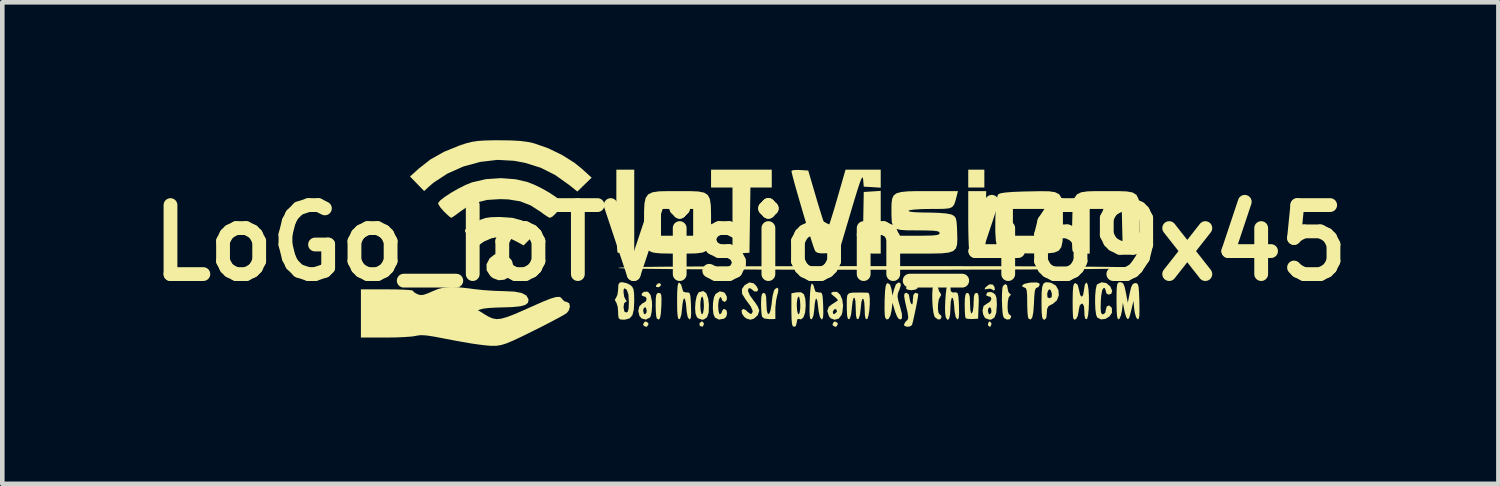
<source format=kicad_pcb>
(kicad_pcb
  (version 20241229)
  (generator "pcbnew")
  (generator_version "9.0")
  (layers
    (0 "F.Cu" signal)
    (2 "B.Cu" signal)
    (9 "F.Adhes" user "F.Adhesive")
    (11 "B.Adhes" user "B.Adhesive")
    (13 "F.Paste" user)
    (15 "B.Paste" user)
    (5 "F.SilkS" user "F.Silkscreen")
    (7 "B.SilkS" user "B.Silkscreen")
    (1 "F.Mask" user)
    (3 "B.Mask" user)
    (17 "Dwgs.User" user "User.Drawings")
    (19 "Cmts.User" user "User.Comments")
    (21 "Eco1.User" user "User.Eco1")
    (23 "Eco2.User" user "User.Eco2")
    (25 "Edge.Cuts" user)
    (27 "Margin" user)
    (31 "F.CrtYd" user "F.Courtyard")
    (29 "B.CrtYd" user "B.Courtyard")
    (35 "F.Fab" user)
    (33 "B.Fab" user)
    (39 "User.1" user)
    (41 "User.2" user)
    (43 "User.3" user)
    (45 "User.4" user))
  (footprint "LoGo_IoTVision_469x45"
    (layer "F.Cu")
    (at 13.264 2.231)
    (property "Reference" "LoGo_IoTVision_469x45" (at 0 0 0) (layer "F.SilkS") (effects (font (size 1.5 1.5) (thickness 0.3))))
    (attr board_only exclude_from_pos_files exclude_from_bom)
    (fp_poly (pts (xy -1.94 0.913) (xy -1.97 0.953) (xy -2.003 0.965) (xy -2.05 0.955) (xy -2.05 0.926) (xy -2.011 0.882) (xy -1.962 0.878)) (stroke (width 0) (type solid)) (fill yes) (layer "F.SilkS"))
    (fp_poly (pts (xy -2.221 1.74) (xy -2.214 1.767) (xy -2.245 1.819) (xy -2.272 1.825) (xy -2.324 1.794) (xy -2.33 1.767) (xy -2.299 1.716) (xy -2.272 1.709)) (stroke (width 0) (type solid)) (fill yes) (layer "F.SilkS"))
    (fp_poly (pts (xy -1.014 1.74) (xy -1.01 1.767) (xy -1.034 1.821) (xy -1.087 1.811) (xy -1.099 1.801) (xy -1.107 1.752) (xy -1.068 1.713) (xy -1.046 1.709)) (stroke (width 0) (type solid)) (fill yes) (layer "F.SilkS"))
    (fp_poly (pts (xy 1.896 1.74) (xy 1.903 1.767) (xy 1.872 1.819) (xy 1.845 1.825) (xy 1.793 1.794) (xy 1.787 1.767) (xy 1.818 1.716) (xy 1.845 1.709)) (stroke (width 0) (type solid)) (fill yes) (layer "F.SilkS"))
    (fp_poly (pts (xy 5.088 -1.398) (xy 5.088 -1.204) (xy 4.913 -1.204) (xy 4.738 -1.204) (xy 4.738 -1.398) (xy 4.738 -1.592) (xy 4.913 -1.592) (xy 5.088 -1.592)) (stroke (width 0) (type solid)) (fill yes) (layer "F.SilkS"))
    (fp_poly (pts (xy 5.239 1.74) (xy 5.243 1.767) (xy 5.222 1.819) (xy 5.204 1.825) (xy 5.17 1.794) (xy 5.165 1.767) (xy 5.186 1.715) (xy 5.204 1.709)) (stroke (width 0) (type solid)) (fill yes) (layer "F.SilkS"))
    (fp_poly (pts (xy 3.616 0.943) (xy 3.642 0.977) (xy 3.641 0.981) (xy 3.595 1.014) (xy 3.506 1.029) (xy 3.502 1.029) (xy 3.413 1.016) (xy 3.379 0.981) (xy 3.414 0.946) (xy 3.511 0.932) (xy 3.518 0.932)) (stroke (width 0) (type solid)) (fill yes) (layer "F.SilkS"))
    (fp_poly (pts (xy 5.27 0.906) (xy 5.307 0.953) (xy 5.316 1.015) (xy 5.296 1.04) (xy 5.266 1.016) (xy 5.215 0.995) (xy 5.156 1.001) (xy 5.096 1.011) (xy 5.101 0.985) (xy 5.122 0.958) (xy 5.198 0.901)) (stroke (width 0) (type solid)) (fill yes) (layer "F.SilkS"))
    (fp_poly (pts (xy 2.835 -0.449) (xy 2.835 0.233) (xy 2.659 0.233) (xy 2.537 0.222) (xy 2.47 0.192) (xy 2.464 0.183) (xy 2.458 0.129) (xy 2.454 0.011) (xy 2.453 -0.155) (xy 2.454 -0.356) (xy 2.455 -0.487) (xy 2.466 -1.107) (xy 2.651 -1.119) (xy 2.835 -1.131)) (stroke (width 0) (type solid)) (fill yes) (layer "F.SilkS"))
    (fp_poly (pts (xy 5.118 -0.456) (xy 5.107 0.214) (xy 4.95 0.225) (xy 4.845 0.226) (xy 4.775 0.214) (xy 4.766 0.209) (xy 4.757 0.163) (xy 4.749 0.052) (xy 4.743 -0.109) (xy 4.739 -0.308) (xy 4.738 -0.473) (xy 4.738 -1.126) (xy 4.933 -1.126) (xy 5.128 -1.126)) (stroke (width 0) (type solid)) (fill yes) (layer "F.SilkS"))
    (fp_poly (pts (xy -5.302 0.266) (xy -5.2 0.364) (xy -5.18 0.397) (xy -5.145 0.532) (xy -5.171 0.651) (xy -5.245 0.744) (xy -5.351 0.801) (xy -5.474 0.812) (xy -5.598 0.765) (xy -5.653 0.72) (xy -5.733 0.597) (xy -5.736 0.465) (xy -5.668 0.335) (xy -5.557 0.249) (xy -5.429 0.227)) (stroke (width 0) (type solid)) (fill yes) (layer "F.SilkS"))
    (fp_poly (pts (xy -2.524 -0.68) (xy -2.524 0.233) (xy -2.693 0.233) (xy -2.802 0.228) (xy -2.875 0.214) (xy -2.887 0.207) (xy -2.894 0.162) (xy -2.901 0.051) (xy -2.906 -0.115) (xy -2.91 -0.325) (xy -2.913 -0.567) (xy -2.913 -0.706) (xy -2.913 -1.592) (xy -2.719 -1.592) (xy -2.524 -1.592)) (stroke (width 0) (type solid)) (fill yes) (layer "F.SilkS"))
    (fp_poly (pts (xy 0.466 -1.398) (xy 0.466 -1.204) (xy 0.234 -1.204) (xy 0.002 -1.204) (xy -0.009 -0.495) (xy -0.019 0.214) (xy -0.204 0.225) (xy -0.388 0.237) (xy -0.388 -0.483) (xy -0.388 -1.204) (xy -0.621 -1.204) (xy -0.854 -1.204) (xy -0.854 -1.398) (xy -0.854 -1.592) (xy -0.194 -1.592) (xy 0.466 -1.592)) (stroke (width 0) (type solid)) (fill yes) (layer "F.SilkS"))
    (fp_poly (pts (xy -1.956 1.096) (xy -1.937 1.133) (xy -1.931 1.213) (xy -1.934 1.353) (xy -1.935 1.379) (xy -1.946 1.542) (xy -1.964 1.635) (xy -1.99 1.668) (xy -2.029 1.647) (xy -2.033 1.644) (xy -2.046 1.595) (xy -2.055 1.49) (xy -2.058 1.354) (xy -2.058 1.353) (xy -2.056 1.211) (xy -2.045 1.13) (xy -2.021 1.094) (xy -1.99 1.087)) (stroke (width 0) (type solid)) (fill yes) (layer "F.SilkS"))
    (fp_poly (pts (xy 4.069 0.919) (xy 4.078 0.963) (xy 4.103 1.049) (xy 4.125 1.08) (xy 4.151 1.133) (xy 4.125 1.173) (xy 4.097 1.233) (xy 4.082 1.329) (xy 4.079 1.433) (xy 4.09 1.517) (xy 4.115 1.553) (xy 4.117 1.554) (xy 4.151 1.585) (xy 4.156 1.612) (xy 4.131 1.662) (xy 4.076 1.663) (xy 4.017 1.619) (xy 4.002 1.596) (xy 3.981 1.518) (xy 3.965 1.394) (xy 3.956 1.247) (xy 3.955 1.105) (xy 3.963 0.992) (xy 3.976 0.939) (xy 4.029 0.895)) (stroke (width 0) (type solid)) (fill yes) (layer "F.SilkS"))
    (fp_poly (pts (xy 5.581 0.92) (xy 5.593 0.987) (xy 5.611 1.068) (xy 5.641 1.104) (xy 5.67 1.129) (xy 5.641 1.149) (xy 5.614 1.195) (xy 5.598 1.285) (xy 5.593 1.391) (xy 5.599 1.488) (xy 5.619 1.546) (xy 5.631 1.554) (xy 5.666 1.585) (xy 5.67 1.612) (xy 5.643 1.659) (xy 5.582 1.667) (xy 5.522 1.638) (xy 5.499 1.602) (xy 5.484 1.518) (xy 5.475 1.391) (xy 5.47 1.245) (xy 5.472 1.105) (xy 5.479 0.994) (xy 5.491 0.939) (xy 5.542 0.895)) (stroke (width 0) (type solid)) (fill yes) (layer "F.SilkS"))
    (fp_poly (pts (xy 6.279 0.877) (xy 6.292 0.911) (xy 6.262 0.963) (xy 6.235 0.971) (xy 6.206 0.988) (xy 6.186 1.046) (xy 6.174 1.159) (xy 6.167 1.308) (xy 6.154 1.501) (xy 6.131 1.619) (xy 6.096 1.667) (xy 6.047 1.646) (xy 6.047 1.645) (xy 6.034 1.596) (xy 6.025 1.49) (xy 6.02 1.346) (xy 6.02 1.295) (xy 6.018 1.133) (xy 6.009 1.035) (xy 5.991 0.985) (xy 5.961 0.971) (xy 5.958 0.971) (xy 5.913 0.947) (xy 5.913 0.922) (xy 5.958 0.891) (xy 6.056 0.868) (xy 6.11 0.862) (xy 6.224 0.86)) (stroke (width 0) (type solid)) (fill yes) (layer "F.SilkS"))
    (fp_poly (pts (xy -5.174 -0.545) (xy -4.966 -0.489) (xy -4.801 -0.389) (xy -4.721 -0.313) (xy -4.679 -0.262) (xy -4.673 -0.221) (xy -4.71 -0.168) (xy -4.788 -0.088) (xy -4.93 0.055) (xy -5.077 -0.026) (xy -5.194 -0.083) (xy -5.301 -0.124) (xy -5.321 -0.129) (xy -5.463 -0.134) (xy -5.629 -0.099) (xy -5.782 -0.034) (xy -5.827 -0.005) (xy -5.932 0.072) (xy -6.078 -0.078) (xy -6.156 -0.17) (xy -6.201 -0.248) (xy -6.204 -0.28) (xy -6.162 -0.326) (xy -6.071 -0.391) (xy -5.976 -0.448) (xy -5.861 -0.506) (xy -5.761 -0.541) (xy -5.646 -0.558) (xy -5.489 -0.563) (xy -5.437 -0.563)) (stroke (width 0) (type solid)) (fill yes) (layer "F.SilkS"))
    (fp_poly (pts (xy -0.959 1.092) (xy -0.916 1.209) (xy -0.901 1.337) (xy -0.905 1.511) (xy -0.941 1.618) (xy -1.012 1.666) (xy -1.049 1.67) (xy -1.131 1.642) (xy -1.162 1.615) (xy -1.192 1.536) (xy -1.201 1.415) (xy -1.197 1.359) (xy -1.087 1.359) (xy -1.08 1.47) (xy -1.063 1.54) (xy -1.049 1.554) (xy -1.026 1.519) (xy -1.012 1.429) (xy -1.01 1.359) (xy -1.017 1.249) (xy -1.035 1.178) (xy -1.049 1.165) (xy -1.071 1.2) (xy -1.085 1.289) (xy -1.087 1.359) (xy -1.197 1.359) (xy -1.192 1.28) (xy -1.167 1.16) (xy -1.128 1.082) (xy -1.117 1.072) (xy -1.026 1.046)) (stroke (width 0) (type solid)) (fill yes) (layer "F.SilkS"))
    (fp_poly (pts (xy 0.61 1.005) (xy 0.6 1.089) (xy 0.587 1.13) (xy 0.561 1.245) (xy 0.546 1.391) (xy 0.544 1.455) (xy 0.544 1.655) (xy 0.41 1.658) (xy 0.302 1.644) (xy 0.255 1.605) (xy 0.243 1.536) (xy 0.235 1.419) (xy 0.233 1.317) (xy 0.238 1.183) (xy 0.254 1.111) (xy 0.285 1.088) (xy 0.291 1.087) (xy 0.325 1.105) (xy 0.343 1.168) (xy 0.349 1.291) (xy 0.35 1.324) (xy 0.358 1.469) (xy 0.38 1.542) (xy 0.409 1.543) (xy 0.438 1.473) (xy 0.462 1.336) (xy 0.466 1.29) (xy 0.484 1.156) (xy 0.51 1.05) (xy 0.533 1.005) (xy 0.587 0.973)) (stroke (width 0) (type solid)) (fill yes) (layer "F.SilkS"))
    (fp_poly (pts (xy 4.946 1.1) (xy 4.962 1.149) (xy 4.967 1.247) (xy 4.963 1.368) (xy 4.952 1.648) (xy 4.827 1.655) (xy 4.735 1.653) (xy 4.683 1.64) (xy 4.682 1.64) (xy 4.671 1.593) (xy 4.664 1.49) (xy 4.661 1.354) (xy 4.661 1.353) (xy 4.664 1.207) (xy 4.677 1.125) (xy 4.702 1.091) (xy 4.719 1.087) (xy 4.752 1.105) (xy 4.771 1.168) (xy 4.777 1.291) (xy 4.777 1.323) (xy 4.783 1.457) (xy 4.799 1.527) (xy 4.816 1.534) (xy 4.838 1.485) (xy 4.852 1.384) (xy 4.855 1.299) (xy 4.86 1.172) (xy 4.878 1.106) (xy 4.913 1.087) (xy 4.915 1.087)) (stroke (width 0) (type solid)) (fill yes) (layer "F.SilkS"))
    (fp_poly (pts (xy -2.169 1.131) (xy -2.14 1.269) (xy -2.136 1.356) (xy -2.144 1.486) (xy -2.164 1.586) (xy -2.183 1.623) (xy -2.272 1.668) (xy -2.362 1.644) (xy -2.41 1.589) (xy -2.437 1.481) (xy -2.436 1.476) (xy -2.33 1.476) (xy -2.314 1.539) (xy -2.291 1.554) (xy -2.26 1.521) (xy -2.253 1.476) (xy -2.269 1.413) (xy -2.291 1.398) (xy -2.323 1.431) (xy -2.33 1.476) (xy -2.436 1.476) (xy -2.413 1.38) (xy -2.348 1.315) (xy -2.331 1.309) (xy -2.272 1.271) (xy -2.254 1.215) (xy -2.28 1.172) (xy -2.311 1.165) (xy -2.362 1.143) (xy -2.358 1.098) (xy -2.31 1.062) (xy -2.226 1.062)) (stroke (width 0) (type solid)) (fill yes) (layer "F.SilkS"))
    (fp_poly (pts (xy 1.886 1.065) (xy 1.953 1.127) (xy 1.999 1.233) (xy 2.017 1.365) (xy 2.001 1.508) (xy 1.982 1.57) (xy 1.92 1.648) (xy 1.831 1.671) (xy 1.746 1.639) (xy 1.71 1.595) (xy 1.679 1.498) (xy 1.793 1.498) (xy 1.802 1.545) (xy 1.831 1.545) (xy 1.879 1.502) (xy 1.884 1.482) (xy 1.863 1.439) (xy 1.821 1.447) (xy 1.793 1.498) (xy 1.679 1.498) (xy 1.673 1.48) (xy 1.705 1.392) (xy 1.777 1.333) (xy 1.856 1.283) (xy 1.902 1.253) (xy 1.902 1.252) (xy 1.889 1.222) (xy 1.83 1.168) (xy 1.825 1.165) (xy 1.763 1.113) (xy 1.759 1.085) (xy 1.803 1.064)) (stroke (width 0) (type solid)) (fill yes) (layer "F.SilkS"))
    (fp_poly (pts (xy -0.576 1.074) (xy -0.551 1.095) (xy -0.511 1.167) (xy -0.511 1.238) (xy -0.549 1.28) (xy -0.563 1.282) (xy -0.614 1.25) (xy -0.621 1.221) (xy -0.64 1.181) (xy -0.66 1.185) (xy -0.684 1.235) (xy -0.698 1.333) (xy -0.699 1.381) (xy -0.691 1.484) (xy -0.672 1.546) (xy -0.66 1.554) (xy -0.626 1.522) (xy -0.621 1.495) (xy -0.59 1.444) (xy -0.563 1.437) (xy -0.518 1.467) (xy -0.505 1.534) (xy -0.524 1.606) (xy -0.566 1.646) (xy -0.681 1.668) (xy -0.766 1.626) (xy -0.769 1.623) (xy -0.802 1.548) (xy -0.815 1.429) (xy -0.811 1.295) (xy -0.789 1.177) (xy -0.755 1.11) (xy -0.663 1.053)) (stroke (width 0) (type solid)) (fill yes) (layer "F.SilkS"))
    (fp_poly (pts (xy 1.165 1.116) (xy 1.196 1.217) (xy 1.204 1.359) (xy 1.191 1.516) (xy 1.154 1.621) (xy 1.099 1.664) (xy 1.05 1.652) (xy 1.02 1.664) (xy 1.01 1.726) (xy 0.99 1.806) (xy 0.952 1.825) (xy 0.924 1.812) (xy 0.906 1.763) (xy 0.897 1.666) (xy 0.893 1.508) (xy 0.893 1.461) (xy 0.893 1.359) (xy 1.01 1.359) (xy 1.017 1.47) (xy 1.035 1.54) (xy 1.049 1.554) (xy 1.071 1.519) (xy 1.085 1.429) (xy 1.087 1.359) (xy 1.08 1.249) (xy 1.063 1.178) (xy 1.049 1.165) (xy 1.026 1.2) (xy 1.012 1.289) (xy 1.01 1.359) (xy 0.893 1.359) (xy 0.893 1.097) (xy 1 1.076) (xy 1.102 1.073)) (stroke (width 0) (type solid)) (fill yes) (layer "F.SilkS"))
    (fp_poly (pts (xy 1.374 0.923) (xy 1.391 0.988) (xy 1.418 1.062) (xy 1.483 1.077) (xy 1.488 1.077) (xy 1.531 1.078) (xy 1.557 1.101) (xy 1.572 1.163) (xy 1.58 1.278) (xy 1.584 1.373) (xy 1.587 1.531) (xy 1.581 1.622) (xy 1.563 1.66) (xy 1.546 1.661) (xy 1.513 1.613) (xy 1.487 1.5) (xy 1.474 1.395) (xy 1.458 1.265) (xy 1.438 1.21) (xy 1.419 1.229) (xy 1.401 1.32) (xy 1.39 1.453) (xy 1.373 1.576) (xy 1.343 1.65) (xy 1.329 1.661) (xy 1.306 1.652) (xy 1.292 1.6) (xy 1.287 1.493) (xy 1.289 1.322) (xy 1.29 1.276) (xy 1.299 1.092) (xy 1.312 0.961) (xy 1.33 0.891) (xy 1.34 0.882)) (stroke (width 0) (type solid)) (fill yes) (layer "F.SilkS"))
    (fp_poly (pts (xy 3.644 1.103) (xy 3.651 1.117) (xy 3.643 1.179) (xy 3.624 1.29) (xy 3.597 1.428) (xy 3.567 1.569) (xy 3.54 1.691) (xy 3.519 1.772) (xy 3.512 1.79) (xy 3.462 1.82) (xy 3.394 1.822) (xy 3.345 1.797) (xy 3.34 1.781) (xy 3.368 1.722) (xy 3.396 1.694) (xy 3.426 1.66) (xy 3.433 1.607) (xy 3.419 1.514) (xy 3.397 1.418) (xy 3.361 1.259) (xy 3.345 1.16) (xy 3.35 1.109) (xy 3.375 1.089) (xy 3.398 1.087) (xy 3.446 1.121) (xy 3.457 1.175) (xy 3.474 1.272) (xy 3.495 1.32) (xy 3.52 1.34) (xy 3.532 1.294) (xy 3.534 1.233) (xy 3.545 1.129) (xy 3.581 1.089) (xy 3.593 1.087)) (stroke (width 0) (type solid)) (fill yes) (layer "F.SilkS"))
    (fp_poly (pts (xy 5.281 1.087) (xy 5.327 1.126) (xy 5.351 1.192) (xy 5.359 1.309) (xy 5.36 1.353) (xy 5.347 1.521) (xy 5.308 1.623) (xy 5.237 1.667) (xy 5.204 1.67) (xy 5.123 1.644) (xy 5.096 1.623) (xy 5.061 1.552) (xy 5.05 1.476) (xy 5.165 1.476) (xy 5.182 1.539) (xy 5.204 1.554) (xy 5.236 1.521) (xy 5.243 1.476) (xy 5.227 1.413) (xy 5.204 1.398) (xy 5.173 1.431) (xy 5.165 1.476) (xy 5.05 1.476) (xy 5.049 1.467) (xy 5.071 1.372) (xy 5.146 1.32) (xy 5.215 1.274) (xy 5.242 1.217) (xy 5.223 1.174) (xy 5.185 1.165) (xy 5.133 1.145) (xy 5.127 1.129) (xy 5.156 1.075) (xy 5.228 1.067)) (stroke (width 0) (type solid)) (fill yes) (layer "F.SilkS"))
    (fp_poly (pts (xy 6.499 0.86) (xy 6.543 0.87) (xy 6.644 0.929) (xy 6.699 1.027) (xy 6.707 1.142) (xy 6.666 1.249) (xy 6.577 1.326) (xy 6.559 1.334) (xy 6.484 1.374) (xy 6.452 1.437) (xy 6.447 1.523) (xy 6.436 1.628) (xy 6.401 1.669) (xy 6.389 1.67) (xy 6.362 1.657) (xy 6.344 1.61) (xy 6.335 1.516) (xy 6.331 1.363) (xy 6.331 1.28) (xy 6.333 1.106) (xy 6.454 1.106) (xy 6.461 1.183) (xy 6.505 1.204) (xy 6.552 1.179) (xy 6.556 1.106) (xy 6.534 1.032) (xy 6.505 1.007) (xy 6.472 1.041) (xy 6.454 1.106) (xy 6.333 1.106) (xy 6.333 1.085) (xy 6.346 0.957) (xy 6.374 0.884) (xy 6.423 0.855)) (stroke (width 0) (type solid)) (fill yes) (layer "F.SilkS"))
    (fp_poly (pts (xy 8.001 -1.126) (xy 8.184 -1.119) (xy 8.312 -1.096) (xy 8.394 -1.045) (xy 8.44 -0.956) (xy 8.46 -0.82) (xy 8.463 -0.627) (xy 8.458 -0.378) (xy 8.447 0.214) (xy 8.272 0.214) (xy 8.098 0.214) (xy 8.087 -0.262) (xy 8.076 -0.738) (xy 7.728 -0.738) (xy 7.379 -0.738) (xy 7.379 -0.252) (xy 7.379 0.233) (xy 7.203 0.233) (xy 7.07 0.22) (xy 7.008 0.182) (xy 7.006 0.178) (xy 6.999 0.121) (xy 6.995 0.001) (xy 6.994 -0.164) (xy 6.996 -0.36) (xy 6.998 -0.428) (xy 7.004 -0.67) (xy 7.016 -0.849) (xy 7.044 -0.973) (xy 7.1 -1.054) (xy 7.193 -1.1) (xy 7.334 -1.121) (xy 7.534 -1.126) (xy 7.752 -1.126)) (stroke (width 0) (type solid)) (fill yes) (layer "F.SilkS"))
    (fp_poly (pts (xy -5.207 -2.228) (xy -4.996 -2.216) (xy -4.825 -2.193) (xy -4.7 -2.164) (xy -4.396 -2.058) (xy -4.095 -1.912) (xy -3.825 -1.743) (xy -3.664 -1.613) (xy -3.45 -1.418) (xy -3.606 -1.267) (xy -3.761 -1.116) (xy -3.929 -1.252) (xy -4.242 -1.475) (xy -4.557 -1.634) (xy -4.901 -1.741) (xy -5.137 -1.785) (xy -5.498 -1.805) (xy -5.872 -1.761) (xy -6.241 -1.66) (xy -6.586 -1.507) (xy -6.89 -1.308) (xy -6.993 -1.219) (xy -7.092 -1.127) (xy -7.245 -1.285) (xy -7.399 -1.443) (xy -7.212 -1.613) (xy -6.953 -1.816) (xy -6.653 -1.984) (xy -6.311 -2.122) (xy -6.173 -2.167) (xy -6.053 -2.197) (xy -5.928 -2.216) (xy -5.778 -2.226) (xy -5.581 -2.231) (xy -5.476 -2.231)) (stroke (width 0) (type solid)) (fill yes) (layer "F.SilkS"))
    (fp_poly (pts (xy 4.338 0.884) (xy 4.35 0.967) (xy 4.359 1.051) (xy 4.397 1.078) (xy 4.437 1.077) (xy 4.481 1.077) (xy 4.508 1.099) (xy 4.523 1.159) (xy 4.532 1.271) (xy 4.536 1.373) (xy 4.539 1.531) (xy 4.533 1.622) (xy 4.515 1.66) (xy 4.497 1.661) (xy 4.464 1.611) (xy 4.442 1.492) (xy 4.435 1.404) (xy 4.421 1.262) (xy 4.4 1.195) (xy 4.377 1.2) (xy 4.359 1.275) (xy 4.35 1.416) (xy 4.35 1.439) (xy 4.342 1.572) (xy 4.32 1.654) (xy 4.289 1.675) (xy 4.254 1.628) (xy 4.25 1.618) (xy 4.237 1.542) (xy 4.233 1.421) (xy 4.238 1.275) (xy 4.248 1.125) (xy 4.264 0.993) (xy 4.283 0.899) (xy 4.301 0.864)) (stroke (width 0) (type solid)) (fill yes) (layer "F.SilkS"))
    (fp_poly (pts (xy -1.544 0.864) (xy -1.503 0.91) (xy -1.483 0.983) (xy -1.459 1.059) (xy -1.399 1.078) (xy -1.386 1.077) (xy -1.343 1.078) (xy -1.317 1.101) (xy -1.302 1.163) (xy -1.294 1.278) (xy -1.29 1.373) (xy -1.287 1.531) (xy -1.293 1.622) (xy -1.311 1.66) (xy -1.328 1.661) (xy -1.362 1.612) (xy -1.384 1.498) (xy -1.39 1.424) (xy -1.402 1.305) (xy -1.421 1.225) (xy -1.437 1.204) (xy -1.458 1.239) (xy -1.475 1.33) (xy -1.484 1.424) (xy -1.499 1.56) (xy -1.526 1.643) (xy -1.544 1.66) (xy -1.566 1.648) (xy -1.581 1.588) (xy -1.59 1.471) (xy -1.592 1.286) (xy -1.592 1.262) (xy -1.59 1.07) (xy -1.582 0.946) (xy -1.568 0.88) (xy -1.547 0.863)) (stroke (width 0) (type solid)) (fill yes) (layer "F.SilkS"))
    (fp_poly (pts (xy 3.261 0.873) (xy 3.272 0.922) (xy 3.242 1.016) (xy 3.239 1.021) (xy 3.209 1.096) (xy 3.201 1.166) (xy 3.217 1.256) (xy 3.256 1.389) (xy 3.296 1.545) (xy 3.298 1.639) (xy 3.264 1.667) (xy 3.225 1.651) (xy 3.191 1.602) (xy 3.152 1.507) (xy 3.139 1.464) (xy 3.091 1.301) (xy 3.07 1.473) (xy 3.044 1.586) (xy 3.004 1.654) (xy 2.962 1.665) (xy 2.931 1.622) (xy 2.922 1.56) (xy 2.918 1.442) (xy 2.919 1.288) (xy 2.921 1.22) (xy 2.929 1.049) (xy 2.942 0.943) (xy 2.961 0.889) (xy 2.99 0.874) (xy 2.991 0.874) (xy 3.039 0.91) (xy 3.07 1.01) (xy 3.091 1.146) (xy 3.122 1.02) (xy 3.165 0.902) (xy 3.221 0.861)) (stroke (width 0) (type solid)) (fill yes) (layer "F.SilkS"))
    (fp_poly (pts (xy 7.739 0.873) (xy 7.825 0.945) (xy 7.828 0.95) (xy 7.868 1.045) (xy 7.847 1.108) (xy 7.785 1.126) (xy 7.74 1.094) (xy 7.729 1.045) (xy 7.71 0.986) (xy 7.68 0.981) (xy 7.65 1.03) (xy 7.629 1.15) (xy 7.62 1.275) (xy 7.617 1.423) (xy 7.624 1.508) (xy 7.644 1.547) (xy 7.669 1.554) (xy 7.717 1.52) (xy 7.729 1.456) (xy 7.751 1.381) (xy 7.801 1.36) (xy 7.852 1.403) (xy 7.861 1.423) (xy 7.863 1.517) (xy 7.81 1.598) (xy 7.723 1.652) (xy 7.626 1.664) (xy 7.542 1.623) (xy 7.518 1.56) (xy 7.502 1.443) (xy 7.496 1.297) (xy 7.498 1.145) (xy 7.51 1.012) (xy 7.53 0.921) (xy 7.542 0.901) (xy 7.635 0.857)) (stroke (width 0) (type solid)) (fill yes) (layer "F.SilkS"))
    (fp_poly (pts (xy 0.073 0.879) (xy 0.133 0.94) (xy 0.17 1.01) (xy 0.152 1.051) (xy 0.145 1.056) (xy 0.085 1.055) (xy 0.051 1.025) (xy -0.004 0.985) (xy -0.036 0.989) (xy -0.053 1.042) (xy -0.011 1.139) (xy 0.088 1.277) (xy 0.103 1.294) (xy 0.164 1.387) (xy 0.194 1.468) (xy 0.194 1.476) (xy 0.161 1.573) (xy 0.079 1.647) (xy 0 1.67) (xy -0.085 1.644) (xy -0.133 1.609) (xy -0.182 1.536) (xy -0.191 1.47) (xy -0.156 1.437) (xy -0.15 1.437) (xy -0.093 1.465) (xy -0.059 1.501) (xy -0.002 1.542) (xy 0.033 1.538) (xy 0.053 1.483) (xy 0.011 1.384) (xy -0.095 1.24) (xy -0.103 1.23) (xy -0.179 1.107) (xy -0.183 1.004) (xy -0.123 0.919) (xy -0.02 0.86)) (stroke (width 0) (type solid)) (fill yes) (layer "F.SilkS"))
    (fp_poly (pts (xy 7.314 0.865) (xy 7.336 0.909) (xy 7.352 1.01) (xy 7.361 1.147) (xy 7.362 1.3) (xy 7.356 1.447) (xy 7.344 1.57) (xy 7.324 1.646) (xy 7.311 1.66) (xy 7.279 1.644) (xy 7.264 1.561) (xy 7.263 1.498) (xy 7.255 1.38) (xy 7.229 1.327) (xy 7.207 1.32) (xy 7.164 1.355) (xy 7.14 1.462) (xy 7.139 1.483) (xy 7.119 1.588) (xy 7.084 1.655) (xy 7.045 1.67) (xy 7.022 1.643) (xy 7.015 1.593) (xy 7.01 1.484) (xy 7.008 1.335) (xy 7.008 1.243) (xy 7.011 1.067) (xy 7.02 0.955) (xy 7.035 0.896) (xy 7.061 0.875) (xy 7.069 0.874) (xy 7.117 0.911) (xy 7.146 1.02) (xy 7.146 1.021) (xy 7.172 1.134) (xy 7.205 1.171) (xy 7.236 1.133) (xy 7.255 1.019) (xy 7.255 1.017) (xy 7.273 0.905) (xy 7.305 0.864)) (stroke (width 0) (type solid)) (fill yes) (layer "F.SilkS"))
    (fp_poly (pts (xy -5.099 -1.383) (xy -4.844 -1.323) (xy -4.692 -1.263) (xy -4.528 -1.182) (xy -4.367 -1.09) (xy -4.229 -0.999) (xy -4.13 -0.918) (xy -4.089 -0.866) (xy -4.103 -0.812) (xy -4.155 -0.73) (xy -4.228 -0.643) (xy -4.301 -0.573) (xy -4.356 -0.544) (xy -4.357 -0.544) (xy -4.403 -0.566) (xy -4.488 -0.622) (xy -4.561 -0.676) (xy -4.778 -0.816) (xy -5.002 -0.903) (xy -5.258 -0.945) (xy -5.437 -0.952) (xy -5.723 -0.934) (xy -5.963 -0.875) (xy -6.182 -0.767) (xy -6.314 -0.676) (xy -6.411 -0.603) (xy -6.482 -0.556) (xy -6.504 -0.544) (xy -6.54 -0.569) (xy -6.61 -0.633) (xy -6.662 -0.683) (xy -6.739 -0.771) (xy -6.783 -0.842) (xy -6.787 -0.868) (xy -6.742 -0.923) (xy -6.643 -1.001) (xy -6.508 -1.089) (xy -6.354 -1.178) (xy -6.199 -1.256) (xy -6.06 -1.313) (xy -6.049 -1.317) (xy -5.749 -1.386) (xy -5.422 -1.408)) (stroke (width 0) (type solid)) (fill yes) (layer "F.SilkS"))
    (fp_poly (pts (xy 2.408 1.08) (xy 2.505 1.082) (xy 2.565 1.084) (xy 2.586 1.121) (xy 2.597 1.211) (xy 2.597 1.332) (xy 2.588 1.46) (xy 2.571 1.572) (xy 2.549 1.645) (xy 2.534 1.66) (xy 2.506 1.646) (xy 2.49 1.572) (xy 2.486 1.44) (xy 2.478 1.294) (xy 2.459 1.219) (xy 2.436 1.218) (xy 2.414 1.291) (xy 2.4 1.424) (xy 2.385 1.56) (xy 2.358 1.643) (xy 2.34 1.66) (xy 2.313 1.647) (xy 2.297 1.576) (xy 2.292 1.439) (xy 2.291 1.413) (xy 2.285 1.267) (xy 2.267 1.195) (xy 2.245 1.197) (xy 2.224 1.271) (xy 2.207 1.416) (xy 2.206 1.434) (xy 2.19 1.563) (xy 2.163 1.644) (xy 2.146 1.661) (xy 2.12 1.647) (xy 2.104 1.58) (xy 2.098 1.448) (xy 2.097 1.382) (xy 2.097 1.232) (xy 2.107 1.142) (xy 2.143 1.097) (xy 2.22 1.081) (xy 2.354 1.08)) (stroke (width 0) (type solid)) (fill yes) (layer "F.SilkS"))
    (fp_poly (pts (xy 6.491 -1.122) (xy 6.627 -1.102) (xy 6.715 -1.057) (xy 6.766 -0.976) (xy 6.79 -0.852) (xy 6.796 -0.675) (xy 6.797 -0.447) (xy 6.796 -0.206) (xy 6.788 -0.03) (xy 6.762 0.091) (xy 6.707 0.168) (xy 6.612 0.21) (xy 6.468 0.227) (xy 6.264 0.23) (xy 6.088 0.229) (xy 5.884 0.226) (xy 5.704 0.221) (xy 5.565 0.215) (xy 5.482 0.209) (xy 5.47 0.207) (xy 5.408 0.169) (xy 5.365 0.086) (xy 5.338 -0.049) (xy 5.326 -0.245) (xy 5.327 -0.509) (xy 5.327 -0.519) (xy 5.336 -0.738) (xy 5.709 -0.738) (xy 5.709 -0.447) (xy 5.709 -0.155) (xy 6.059 -0.155) (xy 6.408 -0.155) (xy 6.408 -0.447) (xy 6.408 -0.738) (xy 6.059 -0.738) (xy 5.709 -0.738) (xy 5.336 -0.738) (xy 5.338 -0.763) (xy 5.354 -0.932) (xy 5.376 -1.031) (xy 5.391 -1.057) (xy 5.442 -1.079) (xy 5.55 -1.096) (xy 5.722 -1.109) (xy 5.962 -1.118) (xy 6.038 -1.119) (xy 6.299 -1.124)) (stroke (width 0) (type solid)) (fill yes) (layer "F.SilkS"))
    (fp_poly (pts (xy -1.317 -1.126) (xy -1.133 -1.118) (xy -1.005 -1.093) (xy -0.924 -1.041) (xy -0.879 -0.952) (xy -0.859 -0.816) (xy -0.854 -0.623) (xy -0.854 -0.447) (xy -0.855 -0.207) (xy -0.863 -0.032) (xy -0.889 0.089) (xy -0.944 0.167) (xy -1.037 0.21) (xy -1.18 0.229) (xy -1.383 0.233) (xy -1.569 0.233) (xy -1.793 0.232) (xy -1.953 0.228) (xy -2.064 0.218) (xy -2.138 0.203) (xy -2.19 0.179) (xy -2.219 0.159) (xy -2.256 0.125) (xy -2.281 0.086) (xy -2.297 0.026) (xy -2.306 -0.067) (xy -2.31 -0.208) (xy -2.311 -0.411) (xy -2.311 -0.447) (xy -2.31 -0.682) (xy -2.308 -0.738) (xy -1.942 -0.738) (xy -1.942 -0.447) (xy -1.942 -0.155) (xy -1.592 -0.155) (xy -1.243 -0.155) (xy -1.243 -0.447) (xy -1.243 -0.738) (xy -1.592 -0.738) (xy -1.942 -0.738) (xy -2.308 -0.738) (xy -2.302 -0.856) (xy -2.276 -0.977) (xy -2.221 -1.055) (xy -2.128 -1.1) (xy -1.986 -1.121) (xy -1.785 -1.126) (xy -1.569 -1.126)) (stroke (width 0) (type solid)) (fill yes) (layer "F.SilkS"))
    (fp_poly (pts (xy 2.835 -1.396) (xy 2.835 -1.2) (xy 2.651 -1.212) (xy 2.466 -1.223) (xy 2.453 -1.379) (xy 2.446 -1.418) (xy 2.432 -1.422) (xy 2.41 -1.382) (xy 2.376 -1.294) (xy 2.329 -1.15) (xy 2.266 -0.945) (xy 2.184 -0.671) (xy 2.181 -0.66) (xy 1.922 0.214) (xy 1.682 0.225) (xy 1.543 0.228) (xy 1.462 0.216) (xy 1.417 0.186) (xy 1.405 0.167) (xy 1.381 0.106) (xy 1.341 -0.015) (xy 1.288 -0.182) (xy 1.227 -0.382) (xy 1.161 -0.601) (xy 1.095 -0.826) (xy 1.032 -1.044) (xy 0.976 -1.24) (xy 0.932 -1.402) (xy 0.903 -1.515) (xy 0.894 -1.565) (xy 0.928 -1.581) (xy 1.016 -1.587) (xy 1.076 -1.585) (xy 1.259 -1.573) (xy 1.45 -0.922) (xy 1.514 -0.711) (xy 1.571 -0.529) (xy 1.619 -0.387) (xy 1.652 -0.298) (xy 1.666 -0.272) (xy 1.684 -0.307) (xy 1.719 -0.406) (xy 1.767 -0.555) (xy 1.825 -0.743) (xy 1.88 -0.932) (xy 2.07 -1.592) (xy 2.453 -1.592) (xy 2.835 -1.592)) (stroke (width 0) (type solid)) (fill yes) (layer "F.SilkS"))
    (fp_poly (pts (xy -2.685 0.877) (xy -2.611 0.915) (xy -2.566 0.956) (xy -2.539 1.013) (xy -2.527 1.106) (xy -2.524 1.256) (xy -2.524 1.262) (xy -2.533 1.449) (xy -2.564 1.572) (xy -2.624 1.641) (xy -2.719 1.668) (xy -2.76 1.67) (xy -2.831 1.664) (xy -2.864 1.633) (xy -2.874 1.554) (xy -2.874 1.503) (xy -2.883 1.398) (xy -2.757 1.398) (xy -2.74 1.491) (xy -2.699 1.515) (xy -2.665 1.496) (xy -2.647 1.432) (xy -2.641 1.307) (xy -2.641 1.286) (xy -2.651 1.122) (xy -2.684 1.027) (xy -2.699 1.01) (xy -2.74 0.987) (xy -2.756 1.022) (xy -2.757 1.075) (xy -2.742 1.173) (xy -2.711 1.235) (xy -2.684 1.274) (xy -2.711 1.282) (xy -2.744 1.315) (xy -2.757 1.398) (xy -2.757 1.398) (xy -2.883 1.398) (xy -2.884 1.389) (xy -2.91 1.305) (xy -2.921 1.289) (xy -2.947 1.237) (xy -2.921 1.196) (xy -2.89 1.129) (xy -2.874 1.023) (xy -2.874 1.002) (xy -2.868 0.905) (xy -2.84 0.863) (xy -2.786 0.854)) (stroke (width 0) (type solid)) (fill yes) (layer "F.SilkS"))
    (fp_poly (pts (xy 8.083 0.862) (xy 8.115 0.896) (xy 8.142 0.971) (xy 8.17 1.104) (xy 8.178 1.146) (xy 8.207 1.301) (xy 8.25 1.087) (xy 8.281 0.961) (xy 8.315 0.896) (xy 8.36 0.874) (xy 8.37 0.874) (xy 8.405 0.88) (xy 8.428 0.906) (xy 8.443 0.968) (xy 8.451 1.078) (xy 8.458 1.25) (xy 8.458 1.276) (xy 8.461 1.462) (xy 8.458 1.581) (xy 8.446 1.645) (xy 8.425 1.662) (xy 8.42 1.661) (xy 8.387 1.616) (xy 8.359 1.519) (xy 8.349 1.453) (xy 8.329 1.262) (xy 8.298 1.398) (xy 8.263 1.541) (xy 8.239 1.622) (xy 8.218 1.654) (xy 8.195 1.651) (xy 8.169 1.603) (xy 8.14 1.508) (xy 8.132 1.466) (xy 8.1 1.301) (xy 8.08 1.473) (xy 8.057 1.58) (xy 8.025 1.649) (xy 8.01 1.661) (xy 7.988 1.648) (xy 7.973 1.588) (xy 7.965 1.47) (xy 7.962 1.285) (xy 7.962 1.265) (xy 7.963 1.082) (xy 7.968 0.964) (xy 7.979 0.895) (xy 7.998 0.863) (xy 8.029 0.855) (xy 8.037 0.854)) (stroke (width 0) (type solid)) (fill yes) (layer "F.SilkS"))
    (fp_poly (pts (xy 3.692 0.505) (xy 4.509 0.506) (xy 5.25 0.507) (xy 5.913 0.509) (xy 6.5 0.511) (xy 7.01 0.514) (xy 7.443 0.518) (xy 7.798 0.522) (xy 8.077 0.526) (xy 8.278 0.531) (xy 8.401 0.537) (xy 8.447 0.543) (xy 8.447 0.544) (xy 8.406 0.549) (xy 8.293 0.554) (xy 8.112 0.558) (xy 7.87 0.563) (xy 7.572 0.566) (xy 7.222 0.57) (xy 6.826 0.573) (xy 6.39 0.576) (xy 5.919 0.578) (xy 5.417 0.58) (xy 4.89 0.581) (xy 4.344 0.583) (xy 3.783 0.583) (xy 3.213 0.584) (xy 2.639 0.584) (xy 2.066 0.584) (xy 1.5 0.583) (xy 0.946 0.582) (xy 0.409 0.581) (xy -0.105 0.579) (xy -0.592 0.577) (xy -1.046 0.574) (xy -1.462 0.572) (xy -1.835 0.568) (xy -2.159 0.565) (xy -2.429 0.561) (xy -2.64 0.556) (xy -2.786 0.552) (xy -2.863 0.547) (xy -2.874 0.544) (xy -2.835 0.538) (xy -2.719 0.532) (xy -2.526 0.527) (xy -2.255 0.522) (xy -1.908 0.518) (xy -1.485 0.515) (xy -0.986 0.512) (xy -0.411 0.509) (xy 0.24 0.508) (xy 0.967 0.506) (xy 1.768 0.505) (xy 2.644 0.505) (xy 2.799 0.505)) (stroke (width 0) (type solid)) (fill yes) (layer "F.SilkS"))
    (fp_poly (pts (xy 4.49 -1.031) (xy 4.459 -0.91) (xy 4.429 -0.828) (xy 4.385 -0.777) (xy 4.313 -0.75) (xy 4.199 -0.74) (xy 4.029 -0.738) (xy 3.926 -0.738) (xy 3.732 -0.735) (xy 3.577 -0.726) (xy 3.474 -0.713) (xy 3.437 -0.699) (xy 3.462 -0.681) (xy 3.561 -0.668) (xy 3.73 -0.661) (xy 3.852 -0.66) (xy 4.081 -0.654) (xy 4.257 -0.64) (xy 4.37 -0.618) (xy 4.389 -0.61) (xy 4.436 -0.58) (xy 4.466 -0.538) (xy 4.483 -0.466) (xy 4.493 -0.346) (xy 4.497 -0.232) (xy 4.501 -0.077) (xy 4.495 0.039) (xy 4.468 0.122) (xy 4.411 0.177) (xy 4.314 0.21) (xy 4.169 0.227) (xy 3.964 0.232) (xy 3.705 0.233) (xy 3.068 0.233) (xy 3.068 0.039) (xy 3.068 -0.155) (xy 3.593 -0.155) (xy 3.807 -0.157) (xy 3.956 -0.161) (xy 4.049 -0.17) (xy 4.099 -0.185) (xy 4.116 -0.207) (xy 4.117 -0.214) (xy 4.105 -0.238) (xy 4.063 -0.255) (xy 3.978 -0.265) (xy 3.84 -0.27) (xy 3.635 -0.272) (xy 3.633 -0.272) (xy 3.413 -0.273) (xy 3.259 -0.283) (xy 3.16 -0.31) (xy 3.103 -0.364) (xy 3.076 -0.453) (xy 3.069 -0.589) (xy 3.068 -0.714) (xy 3.07 -0.851) (xy 3.082 -0.954) (xy 3.114 -1.028) (xy 3.175 -1.077) (xy 3.276 -1.106) (xy 3.426 -1.121) (xy 3.636 -1.126) (xy 3.877 -1.126) (xy 4.514 -1.126)) (stroke (width 0) (type solid)) (fill yes) (layer "F.SilkS"))
    (fp_poly (pts (xy -6.342 0.965) (xy -6.114 0.99) (xy -6.02 1.003) (xy -5.809 1.026) (xy -5.573 1.042) (xy -5.362 1.049) (xy -5.36 1.049) (xy -5.13 1.059) (xy -4.969 1.09) (xy -4.869 1.144) (xy -4.825 1.223) (xy -4.823 1.234) (xy -4.833 1.3) (xy -4.891 1.348) (xy -5.005 1.379) (xy -5.181 1.396) (xy -5.372 1.402) (xy -5.542 1.407) (xy -5.693 1.416) (xy -5.8 1.429) (xy -5.826 1.434) (xy -5.923 1.462) (xy -5.787 1.548) (xy -5.691 1.604) (xy -5.607 1.641) (xy -5.521 1.657) (xy -5.422 1.649) (xy -5.299 1.615) (xy -5.137 1.554) (xy -4.927 1.463) (xy -4.725 1.373) (xy -4.503 1.275) (xy -4.339 1.21) (xy -4.225 1.177) (xy -4.152 1.173) (xy -4.109 1.195) (xy -4.092 1.223) (xy -4.039 1.273) (xy -3.996 1.282) (xy -3.939 1.311) (xy -3.922 1.381) (xy -3.945 1.466) (xy -3.991 1.525) (xy -4.046 1.56) (xy -4.159 1.624) (xy -4.317 1.708) (xy -4.509 1.807) (xy -4.722 1.914) (xy -4.732 1.919) (xy -4.971 2.037) (xy -5.156 2.124) (xy -5.3 2.184) (xy -5.419 2.221) (xy -5.528 2.238) (xy -5.642 2.238) (xy -5.775 2.226) (xy -5.922 2.208) (xy -6.072 2.186) (xy -6.27 2.152) (xy -6.489 2.112) (xy -6.663 2.078) (xy -6.885 2.036) (xy -7.047 2.012) (xy -7.163 2.006) (xy -7.248 2.016) (xy -7.266 2.021) (xy -7.354 2.035) (xy -7.5 2.046) (xy -7.686 2.055) (xy -7.892 2.058) (xy -7.932 2.058) (xy -8.467 2.058) (xy -8.467 1.534) (xy -8.467 1.01) (xy -7.904 1.01) (xy -7.704 1.012) (xy -7.536 1.017) (xy -7.412 1.025) (xy -7.347 1.034) (xy -7.34 1.039) (xy -7.309 1.075) (xy -7.241 1.114) (xy -7.175 1.135) (xy -7.102 1.128) (xy -6.997 1.091) (xy -6.921 1.057) (xy -6.79 1.003) (xy -6.662 0.971) (xy -6.518 0.959)) (stroke (width 0) (type solid)) (fill yes) (layer "F.SilkS")))
  (gr_rect
    (start -3 -3)
    (end 29.529 7.47)
    (stroke (width 0.1) (type default))
    (fill no)
    (layer "Edge.Cuts")))
</source>
